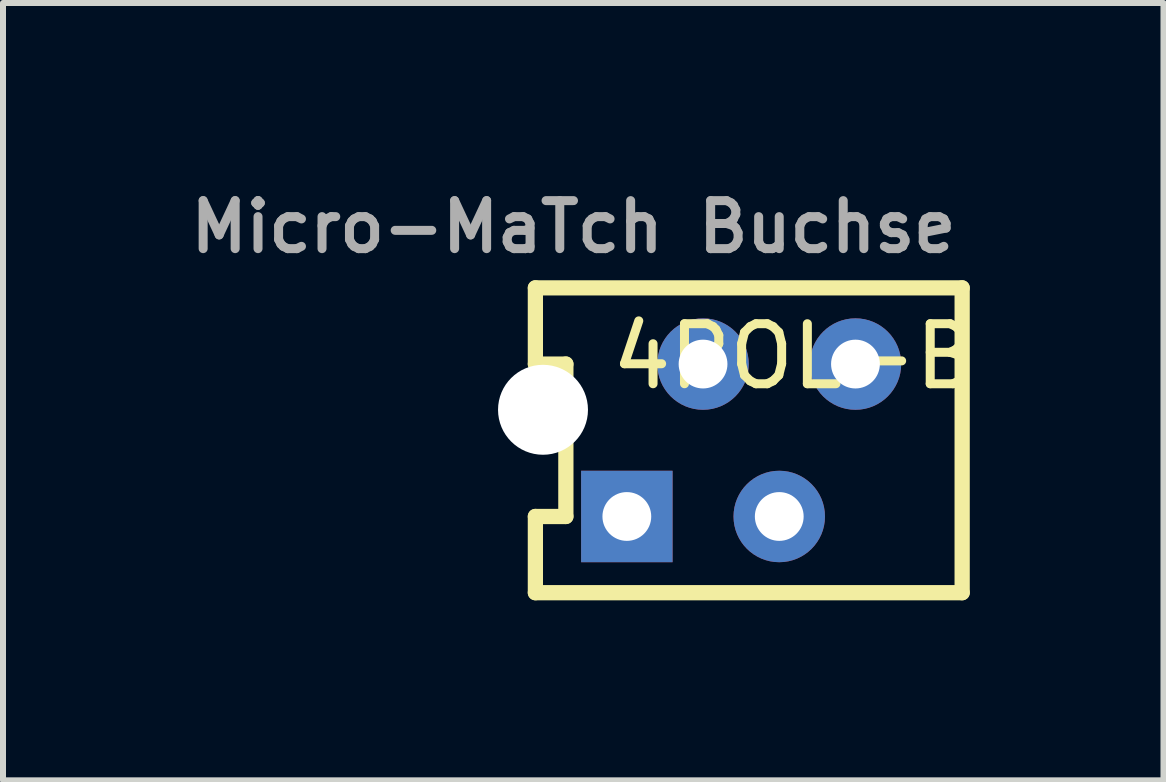
<source format=kicad_pcb>
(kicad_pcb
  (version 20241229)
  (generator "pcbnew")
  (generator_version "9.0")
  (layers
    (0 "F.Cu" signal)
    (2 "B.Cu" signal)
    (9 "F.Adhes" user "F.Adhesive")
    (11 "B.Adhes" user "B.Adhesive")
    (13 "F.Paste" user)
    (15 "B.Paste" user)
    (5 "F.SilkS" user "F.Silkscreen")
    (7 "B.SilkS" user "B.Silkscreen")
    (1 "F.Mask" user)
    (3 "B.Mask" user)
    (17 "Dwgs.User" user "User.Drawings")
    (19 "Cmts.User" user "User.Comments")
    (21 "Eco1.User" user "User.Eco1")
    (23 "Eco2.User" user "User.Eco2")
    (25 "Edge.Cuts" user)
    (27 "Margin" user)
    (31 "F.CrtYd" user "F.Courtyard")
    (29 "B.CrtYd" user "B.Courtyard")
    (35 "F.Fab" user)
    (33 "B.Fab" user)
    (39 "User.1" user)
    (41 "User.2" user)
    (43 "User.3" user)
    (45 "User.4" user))
  (footprint "4POL-B"
    (layer "F.Cu")
    (at 8.158 4.287)
    (property "Reference" "4POL-B" (at 2.032 -1.397 0) (layer "F.SilkS") (effects (font (size 1 1) (thickness 0.15))))
    (attr through_hole)
    (fp_line (start -2.286 -2.54) (end -2.286 -1.27) (stroke (width 0.254) (type solid)) (layer "F.SilkS"))
    (fp_line (start -2.286 -2.54) (end 4.826 -2.54) (stroke (width 0.254) (type solid)) (layer "F.SilkS"))
    (fp_line (start -2.286 -1.27) (end -1.778 -1.27) (stroke (width 0.254) (type solid)) (layer "F.SilkS"))
    (fp_line (start -2.286 1.27) (end -2.286 2.54) (stroke (width 0.254) (type solid)) (layer "F.SilkS"))
    (fp_line (start -2.286 2.54) (end 4.826 2.54) (stroke (width 0.254) (type solid)) (layer "F.SilkS"))
    (fp_line (start -1.778 -1.27) (end -1.778 1.27) (stroke (width 0.254) (type solid)) (layer "F.SilkS"))
    (fp_line (start -1.778 1.27) (end -2.286 1.27) (stroke (width 0.254) (type solid)) (layer "F.SilkS"))
    (fp_line (start 4.826 -2.54) (end 4.826 2.54) (stroke (width 0.254) (type solid)) (layer "F.SilkS"))
    (fp_text user "Micro-MaTch Buchse" (at -1.651 -3.556 0) (layer "F.Fab") (effects (font (size 0.8 0.8) (thickness 0.15))))
    (pad "" np_thru_hole circle (at -2.159 -0.508) (size 1.499 1.499) (drill 1.499) (layers "*.Cu" "*.Mask"))
    (pad "1" thru_hole rect (at -0.762 1.27) (size 1.524 1.524) (drill 0.813) (layers "*.Cu" "*.Mask"))
    (pad "2" thru_hole circle (at 0.508 -1.27) (size 1.524 1.524) (drill 0.813) (layers "*.Cu" "*.Mask"))
    (pad "3" thru_hole circle (at 1.778 1.27) (size 1.524 1.524) (drill 0.813) (layers "*.Cu" "*.Mask"))
    (pad "4" thru_hole circle (at 3.048 -1.27) (size 1.524 1.524) (drill 0.813) (layers "*.Cu" "*.Mask")))
  (gr_rect
    (start -3 -3)
    (end 16.339 9.954)
    (stroke (width 0.1) (type default))
    (fill no)
    (layer "Edge.Cuts")))
</source>
